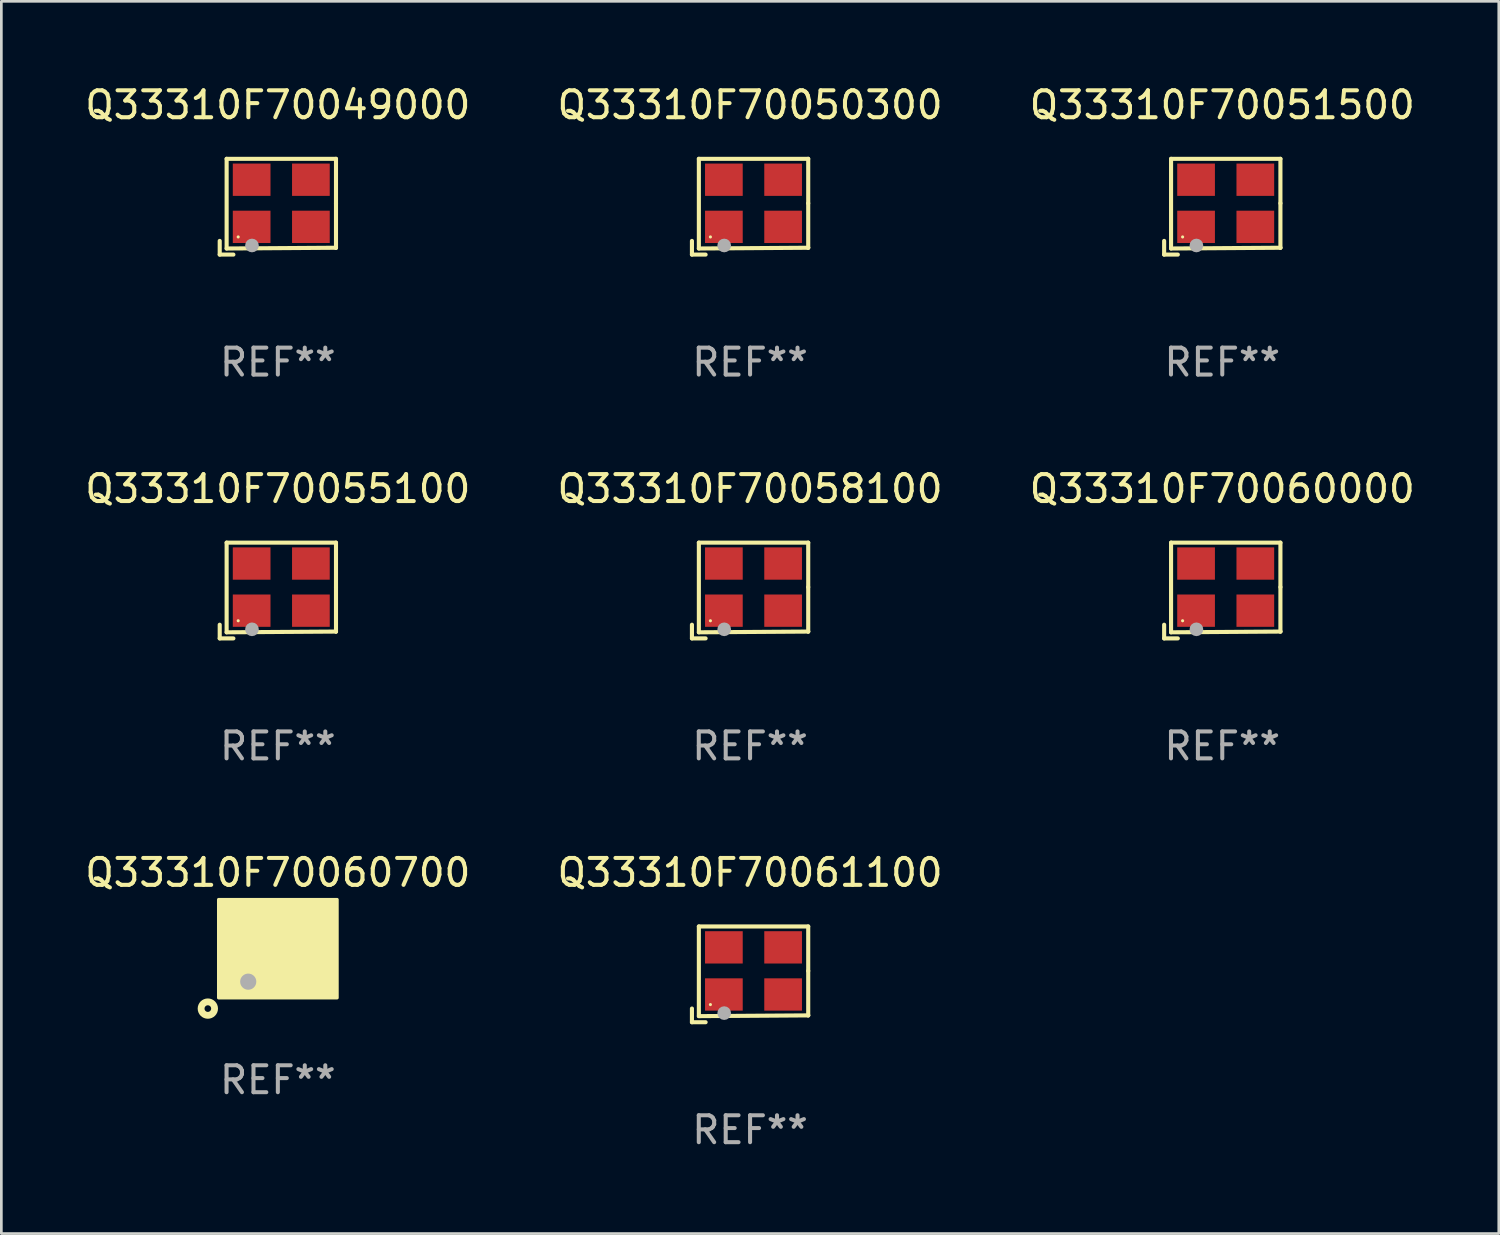
<source format=kicad_pcb>
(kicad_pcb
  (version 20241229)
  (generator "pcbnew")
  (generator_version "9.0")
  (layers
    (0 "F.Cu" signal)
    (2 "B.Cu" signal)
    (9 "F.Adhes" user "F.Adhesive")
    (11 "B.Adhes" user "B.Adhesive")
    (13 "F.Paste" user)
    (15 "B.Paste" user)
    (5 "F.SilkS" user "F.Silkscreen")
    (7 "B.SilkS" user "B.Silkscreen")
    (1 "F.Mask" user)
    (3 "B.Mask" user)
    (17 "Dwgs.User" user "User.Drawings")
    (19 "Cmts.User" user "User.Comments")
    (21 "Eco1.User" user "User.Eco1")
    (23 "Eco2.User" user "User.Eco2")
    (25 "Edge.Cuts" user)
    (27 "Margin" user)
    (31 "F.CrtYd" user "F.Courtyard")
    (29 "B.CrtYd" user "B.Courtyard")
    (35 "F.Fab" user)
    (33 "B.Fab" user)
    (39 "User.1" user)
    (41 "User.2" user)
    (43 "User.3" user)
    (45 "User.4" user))
  (footprint "Q33310F70051500"
    (layer "F.Cu")
    (at 42.339 4.626)
    (property "Reference" "Q33310F70051500" (at 0 -3.778 0) (layer "F.SilkS") (effects (font (size 1 1) (thickness 0.15))))
    (attr through_hole)
    (fp_line (start -2.159 1.27) (end -2.159 1.778) (stroke (width 0.152) (type solid)) (layer "F.SilkS"))
    (fp_line (start -2.159 1.778) (end -1.651 1.778) (stroke (width 0.152) (type solid)) (layer "F.SilkS"))
    (fp_line (start -1.902 -1.778) (end 2.159 -1.778) (stroke (width 0.152) (type solid)) (layer "F.SilkS"))
    (fp_line (start -1.902 1.552) (end -1.902 -1.778) (stroke (width 0.152) (type solid)) (layer "F.SilkS"))
    (fp_line (start 2.159 -1.778) (end 2.159 -0.127) (stroke (width 0.152) (type solid)) (layer "F.SilkS"))
    (fp_line (start 2.159 -0.127) (end 2.159 1.524) (stroke (width 0.152) (type solid)) (layer "F.SilkS"))
    (fp_line (start 2.159 1.524) (end -1.902 1.552) (stroke (width 0.152) (type solid)) (layer "F.SilkS"))
    (fp_line (start 2.159 1.524) (end 2.159 1.524) (stroke (width 0.152) (type solid)) (layer "F.SilkS"))
    (fp_circle (center -1.473 1.123) (end -1.443 1.123) (stroke (width 0.06) (type solid)) (fill no) (layer "F.SilkS"))
    (fp_circle (center -0.961 1.44) (end -0.834 1.44) (stroke (width 0.254) (type solid)) (fill no) (layer "F.Fab"))
    (fp_text user "REF**" (at 0 5.778 0) (layer "F.Fab") (effects (font (size 1 1) (thickness 0.15))))
    (pad "1" smd rect (at -0.973 0.748) (size 1.4 1.2) (layers "F.Cu" "F.Mask" "F.Paste"))
    (pad "2" smd rect (at 1.227 0.748) (size 1.4 1.2) (layers "F.Cu" "F.Mask" "F.Paste"))
    (pad "3" smd rect (at 1.227 -1.002) (size 1.4 1.2) (layers "F.Cu" "F.Mask" "F.Paste"))
    (pad "4" smd rect (at -0.973 -1.002) (size 1.4 1.2) (layers "F.Cu" "F.Mask" "F.Paste")))
  (footprint "Q33310F70061100"
    (layer "F.Cu")
    (at 24.804 33.132)
    (property "Reference" "Q33310F70061100" (at 0 -3.778 0) (layer "F.SilkS") (effects (font (size 1 1) (thickness 0.15))))
    (attr through_hole)
    (fp_line (start -2.159 1.27) (end -2.159 1.778) (stroke (width 0.152) (type solid)) (layer "F.SilkS"))
    (fp_line (start -2.159 1.778) (end -1.651 1.778) (stroke (width 0.152) (type solid)) (layer "F.SilkS"))
    (fp_line (start -1.902 -1.778) (end 2.159 -1.778) (stroke (width 0.152) (type solid)) (layer "F.SilkS"))
    (fp_line (start -1.902 1.552) (end -1.902 -1.778) (stroke (width 0.152) (type solid)) (layer "F.SilkS"))
    (fp_line (start 2.159 -1.778) (end 2.159 -0.127) (stroke (width 0.152) (type solid)) (layer "F.SilkS"))
    (fp_line (start 2.159 -0.127) (end 2.159 1.524) (stroke (width 0.152) (type solid)) (layer "F.SilkS"))
    (fp_line (start 2.159 1.524) (end -1.902 1.552) (stroke (width 0.152) (type solid)) (layer "F.SilkS"))
    (fp_line (start 2.159 1.524) (end 2.159 1.524) (stroke (width 0.152) (type solid)) (layer "F.SilkS"))
    (fp_circle (center -1.473 1.123) (end -1.443 1.123) (stroke (width 0.06) (type solid)) (fill no) (layer "F.SilkS"))
    (fp_circle (center -0.961 1.44) (end -0.834 1.44) (stroke (width 0.254) (type solid)) (fill no) (layer "F.Fab"))
    (fp_text user "REF**" (at 0 5.778 0) (layer "F.Fab") (effects (font (size 1 1) (thickness 0.15))))
    (pad "1" smd rect (at -0.973 0.748) (size 1.4 1.2) (layers "F.Cu" "F.Mask" "F.Paste"))
    (pad "2" smd rect (at 1.227 0.748) (size 1.4 1.2) (layers "F.Cu" "F.Mask" "F.Paste"))
    (pad "3" smd rect (at 1.227 -1.002) (size 1.4 1.2) (layers "F.Cu" "F.Mask" "F.Paste"))
    (pad "4" smd rect (at -0.973 -1.002) (size 1.4 1.2) (layers "F.Cu" "F.Mask" "F.Paste")))
  (footprint "Q33310F70049000"
    (layer "F.Cu")
    (at 7.268 4.626)
    (property "Reference" "Q33310F70049000" (at 0 -3.778 0) (layer "F.SilkS") (effects (font (size 1 1) (thickness 0.15))))
    (attr through_hole)
    (fp_line (start -2.159 1.27) (end -2.159 1.778) (stroke (width 0.152) (type solid)) (layer "F.SilkS"))
    (fp_line (start -2.159 1.778) (end -1.651 1.778) (stroke (width 0.152) (type solid)) (layer "F.SilkS"))
    (fp_line (start -1.902 -1.778) (end 2.159 -1.778) (stroke (width 0.152) (type solid)) (layer "F.SilkS"))
    (fp_line (start -1.902 1.552) (end -1.902 -1.778) (stroke (width 0.152) (type solid)) (layer "F.SilkS"))
    (fp_line (start 2.159 -1.778) (end 2.159 -0.127) (stroke (width 0.152) (type solid)) (layer "F.SilkS"))
    (fp_line (start 2.159 -0.127) (end 2.159 1.524) (stroke (width 0.152) (type solid)) (layer "F.SilkS"))
    (fp_line (start 2.159 1.524) (end -1.902 1.552) (stroke (width 0.152) (type solid)) (layer "F.SilkS"))
    (fp_line (start 2.159 1.524) (end 2.159 1.524) (stroke (width 0.152) (type solid)) (layer "F.SilkS"))
    (fp_circle (center -1.473 1.123) (end -1.443 1.123) (stroke (width 0.06) (type solid)) (fill no) (layer "F.SilkS"))
    (fp_circle (center -0.961 1.44) (end -0.834 1.44) (stroke (width 0.254) (type solid)) (fill no) (layer "F.Fab"))
    (fp_text user "REF**" (at 0 5.778 0) (layer "F.Fab") (effects (font (size 1 1) (thickness 0.15))))
    (pad "1" smd rect (at -0.973 0.748) (size 1.4 1.2) (layers "F.Cu" "F.Mask" "F.Paste"))
    (pad "2" smd rect (at 1.227 0.748) (size 1.4 1.2) (layers "F.Cu" "F.Mask" "F.Paste"))
    (pad "3" smd rect (at 1.227 -1.002) (size 1.4 1.2) (layers "F.Cu" "F.Mask" "F.Paste"))
    (pad "4" smd rect (at -0.973 -1.002) (size 1.4 1.2) (layers "F.Cu" "F.Mask" "F.Paste")))
  (footprint "Q33310F70060000"
    (layer "F.Cu")
    (at 42.339 18.879)
    (property "Reference" "Q33310F70060000" (at 0 -3.778 0) (layer "F.SilkS") (effects (font (size 1 1) (thickness 0.15))))
    (attr through_hole)
    (fp_line (start -2.159 1.27) (end -2.159 1.778) (stroke (width 0.152) (type solid)) (layer "F.SilkS"))
    (fp_line (start -2.159 1.778) (end -1.651 1.778) (stroke (width 0.152) (type solid)) (layer "F.SilkS"))
    (fp_line (start -1.902 -1.778) (end 2.159 -1.778) (stroke (width 0.152) (type solid)) (layer "F.SilkS"))
    (fp_line (start -1.902 1.552) (end -1.902 -1.778) (stroke (width 0.152) (type solid)) (layer "F.SilkS"))
    (fp_line (start 2.159 -1.778) (end 2.159 -0.127) (stroke (width 0.152) (type solid)) (layer "F.SilkS"))
    (fp_line (start 2.159 -0.127) (end 2.159 1.524) (stroke (width 0.152) (type solid)) (layer "F.SilkS"))
    (fp_line (start 2.159 1.524) (end -1.902 1.552) (stroke (width 0.152) (type solid)) (layer "F.SilkS"))
    (fp_line (start 2.159 1.524) (end 2.159 1.524) (stroke (width 0.152) (type solid)) (layer "F.SilkS"))
    (fp_circle (center -1.473 1.123) (end -1.443 1.123) (stroke (width 0.06) (type solid)) (fill no) (layer "F.SilkS"))
    (fp_circle (center -0.961 1.44) (end -0.834 1.44) (stroke (width 0.254) (type solid)) (fill no) (layer "F.Fab"))
    (fp_text user "REF**" (at 0 5.778 0) (layer "F.Fab") (effects (font (size 1 1) (thickness 0.15))))
    (pad "1" smd rect (at -0.973 0.748) (size 1.4 1.2) (layers "F.Cu" "F.Mask" "F.Paste"))
    (pad "2" smd rect (at 1.227 0.748) (size 1.4 1.2) (layers "F.Cu" "F.Mask" "F.Paste"))
    (pad "3" smd rect (at 1.227 -1.002) (size 1.4 1.2) (layers "F.Cu" "F.Mask" "F.Paste"))
    (pad "4" smd rect (at -0.973 -1.002) (size 1.4 1.2) (layers "F.Cu" "F.Mask" "F.Paste")))
  (footprint "Q33310F70055100"
    (layer "F.Cu")
    (at 7.268 18.879)
    (property "Reference" "Q33310F70055100" (at 0 -3.778 0) (layer "F.SilkS") (effects (font (size 1 1) (thickness 0.15))))
    (attr through_hole)
    (fp_line (start -2.159 1.27) (end -2.159 1.778) (stroke (width 0.152) (type solid)) (layer "F.SilkS"))
    (fp_line (start -2.159 1.778) (end -1.651 1.778) (stroke (width 0.152) (type solid)) (layer "F.SilkS"))
    (fp_line (start -1.902 -1.778) (end 2.159 -1.778) (stroke (width 0.152) (type solid)) (layer "F.SilkS"))
    (fp_line (start -1.902 1.552) (end -1.902 -1.778) (stroke (width 0.152) (type solid)) (layer "F.SilkS"))
    (fp_line (start 2.159 -1.778) (end 2.159 -0.127) (stroke (width 0.152) (type solid)) (layer "F.SilkS"))
    (fp_line (start 2.159 -0.127) (end 2.159 1.524) (stroke (width 0.152) (type solid)) (layer "F.SilkS"))
    (fp_line (start 2.159 1.524) (end -1.902 1.552) (stroke (width 0.152) (type solid)) (layer "F.SilkS"))
    (fp_line (start 2.159 1.524) (end 2.159 1.524) (stroke (width 0.152) (type solid)) (layer "F.SilkS"))
    (fp_circle (center -1.473 1.123) (end -1.443 1.123) (stroke (width 0.06) (type solid)) (fill no) (layer "F.SilkS"))
    (fp_circle (center -0.961 1.44) (end -0.834 1.44) (stroke (width 0.254) (type solid)) (fill no) (layer "F.Fab"))
    (fp_text user "REF**" (at 0 5.778 0) (layer "F.Fab") (effects (font (size 1 1) (thickness 0.15))))
    (pad "1" smd rect (at -0.973 0.748) (size 1.4 1.2) (layers "F.Cu" "F.Mask" "F.Paste"))
    (pad "2" smd rect (at 1.227 0.748) (size 1.4 1.2) (layers "F.Cu" "F.Mask" "F.Paste"))
    (pad "3" smd rect (at 1.227 -1.002) (size 1.4 1.2) (layers "F.Cu" "F.Mask" "F.Paste"))
    (pad "4" smd rect (at -0.973 -1.002) (size 1.4 1.2) (layers "F.Cu" "F.Mask" "F.Paste")))
  (footprint "Q33310F70058100"
    (layer "F.Cu")
    (at 24.804 18.879)
    (property "Reference" "Q33310F70058100" (at 0 -3.778 0) (layer "F.SilkS") (effects (font (size 1 1) (thickness 0.15))))
    (attr through_hole)
    (fp_line (start -2.159 1.27) (end -2.159 1.778) (stroke (width 0.152) (type solid)) (layer "F.SilkS"))
    (fp_line (start -2.159 1.778) (end -1.651 1.778) (stroke (width 0.152) (type solid)) (layer "F.SilkS"))
    (fp_line (start -1.902 -1.778) (end 2.159 -1.778) (stroke (width 0.152) (type solid)) (layer "F.SilkS"))
    (fp_line (start -1.902 1.552) (end -1.902 -1.778) (stroke (width 0.152) (type solid)) (layer "F.SilkS"))
    (fp_line (start 2.159 -1.778) (end 2.159 -0.127) (stroke (width 0.152) (type solid)) (layer "F.SilkS"))
    (fp_line (start 2.159 -0.127) (end 2.159 1.524) (stroke (width 0.152) (type solid)) (layer "F.SilkS"))
    (fp_line (start 2.159 1.524) (end -1.902 1.552) (stroke (width 0.152) (type solid)) (layer "F.SilkS"))
    (fp_line (start 2.159 1.524) (end 2.159 1.524) (stroke (width 0.152) (type solid)) (layer "F.SilkS"))
    (fp_circle (center -1.473 1.123) (end -1.443 1.123) (stroke (width 0.06) (type solid)) (fill no) (layer "F.SilkS"))
    (fp_circle (center -0.961 1.44) (end -0.834 1.44) (stroke (width 0.254) (type solid)) (fill no) (layer "F.Fab"))
    (fp_text user "REF**" (at 0 5.778 0) (layer "F.Fab") (effects (font (size 1 1) (thickness 0.15))))
    (pad "1" smd rect (at -0.973 0.748) (size 1.4 1.2) (layers "F.Cu" "F.Mask" "F.Paste"))
    (pad "2" smd rect (at 1.227 0.748) (size 1.4 1.2) (layers "F.Cu" "F.Mask" "F.Paste"))
    (pad "3" smd rect (at 1.227 -1.002) (size 1.4 1.2) (layers "F.Cu" "F.Mask" "F.Paste"))
    (pad "4" smd rect (at -0.973 -1.002) (size 1.4 1.2) (layers "F.Cu" "F.Mask" "F.Paste")))
  (footprint "Q33310F70050300"
    (layer "F.Cu")
    (at 24.804 4.626)
    (property "Reference" "Q33310F70050300" (at 0 -3.778 0) (layer "F.SilkS") (effects (font (size 1 1) (thickness 0.15))))
    (attr through_hole)
    (fp_line (start -2.159 1.27) (end -2.159 1.778) (stroke (width 0.152) (type solid)) (layer "F.SilkS"))
    (fp_line (start -2.159 1.778) (end -1.651 1.778) (stroke (width 0.152) (type solid)) (layer "F.SilkS"))
    (fp_line (start -1.902 -1.778) (end 2.159 -1.778) (stroke (width 0.152) (type solid)) (layer "F.SilkS"))
    (fp_line (start -1.902 1.552) (end -1.902 -1.778) (stroke (width 0.152) (type solid)) (layer "F.SilkS"))
    (fp_line (start 2.159 -1.778) (end 2.159 -0.127) (stroke (width 0.152) (type solid)) (layer "F.SilkS"))
    (fp_line (start 2.159 -0.127) (end 2.159 1.524) (stroke (width 0.152) (type solid)) (layer "F.SilkS"))
    (fp_line (start 2.159 1.524) (end -1.902 1.552) (stroke (width 0.152) (type solid)) (layer "F.SilkS"))
    (fp_line (start 2.159 1.524) (end 2.159 1.524) (stroke (width 0.152) (type solid)) (layer "F.SilkS"))
    (fp_circle (center -1.473 1.123) (end -1.443 1.123) (stroke (width 0.06) (type solid)) (fill no) (layer "F.SilkS"))
    (fp_circle (center -0.961 1.44) (end -0.834 1.44) (stroke (width 0.254) (type solid)) (fill no) (layer "F.Fab"))
    (fp_text user "REF**" (at 0 5.778 0) (layer "F.Fab") (effects (font (size 1 1) (thickness 0.15))))
    (pad "1" smd rect (at -0.973 0.748) (size 1.4 1.2) (layers "F.Cu" "F.Mask" "F.Paste"))
    (pad "2" smd rect (at 1.227 0.748) (size 1.4 1.2) (layers "F.Cu" "F.Mask" "F.Paste"))
    (pad "3" smd rect (at 1.227 -1.002) (size 1.4 1.2) (layers "F.Cu" "F.Mask" "F.Paste"))
    (pad "4" smd rect (at -0.973 -1.002) (size 1.4 1.2) (layers "F.Cu" "F.Mask" "F.Paste")))
  (footprint "Q33310F70060700"
    (layer "F.Cu")
    (at 7.268 32.204)
    (property "Reference" "Q33310F70060700" (at 0 -2.85 0) (layer "F.SilkS") (effects (font (size 1 1) (thickness 0.15))))
    (attr through_hole)
    (fp_circle (center -2.6 2.2) (end -2.35 2.2) (stroke (width 0.254) (type solid)) (fill no) (layer "F.SilkS"))
    (fp_circle (center -1.6 1.25) (end -1.57 1.25) (stroke (width 0.06) (type solid)) (fill no) (layer "F.SilkS"))
    (fp_poly (pts (xy -2.2 -1.85) (xy 2.2 -1.85) (xy 2.2 1.8) (xy -2.2 1.8)) (stroke (width 0.12) (type solid)) (fill yes) (layer "F.SilkS"))
    (fp_circle (center -1.1 1.2) (end -0.95 1.2) (stroke (width 0.3) (type solid)) (fill no) (layer "F.Fab"))
    (fp_text user "REF**" (at 0 4.85 0) (layer "F.Fab") (effects (font (size 1 1) (thickness 0.15))))
    (pad "1" smd custom (at -1.1 0.85) (size 1.4 1.2) (layers "F.Cu" "F.Mask" "F.Paste") (options (anchor circle)) (primitives (gr_poly (pts (xy -0.7 -0.6) (xy 0.4 -0.6) (xy 0.7 -0.3) (xy 0.7 0.6) (xy -0.7 0.6)) (width 0) (fill yes))))
    (pad "2" smd rect (at 1.1 0.85) (size 1.4 1.2) (layers "F.Cu" "F.Mask" "F.Paste"))
    (pad "3" smd rect (at 1.1 -0.85) (size 1.4 1.2) (layers "F.Cu" "F.Mask" "F.Paste"))
    (pad "4" smd rect (at -1.1 -0.85) (size 1.4 1.2) (layers "F.Cu" "F.Mask" "F.Paste")))
  (gr_rect
    (start -3 -3)
    (end 52.607 42.758)
    (stroke (width 0.1) (type default))
    (fill no)
    (layer "Edge.Cuts")))
</source>
